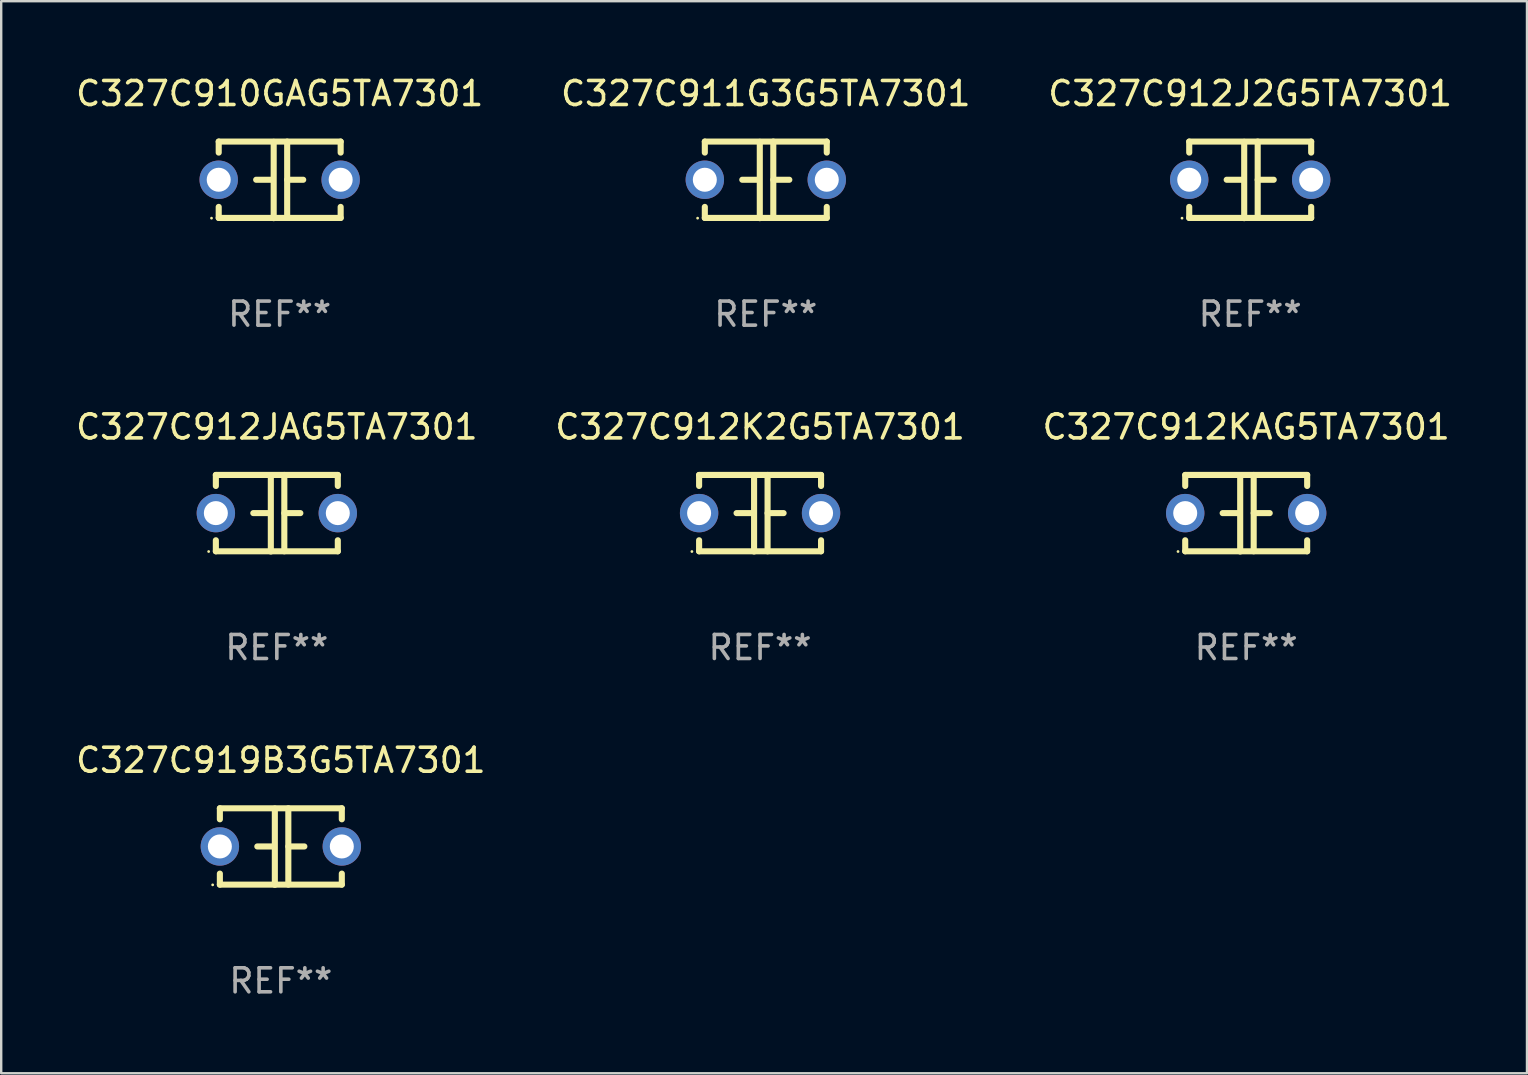
<source format=kicad_pcb>
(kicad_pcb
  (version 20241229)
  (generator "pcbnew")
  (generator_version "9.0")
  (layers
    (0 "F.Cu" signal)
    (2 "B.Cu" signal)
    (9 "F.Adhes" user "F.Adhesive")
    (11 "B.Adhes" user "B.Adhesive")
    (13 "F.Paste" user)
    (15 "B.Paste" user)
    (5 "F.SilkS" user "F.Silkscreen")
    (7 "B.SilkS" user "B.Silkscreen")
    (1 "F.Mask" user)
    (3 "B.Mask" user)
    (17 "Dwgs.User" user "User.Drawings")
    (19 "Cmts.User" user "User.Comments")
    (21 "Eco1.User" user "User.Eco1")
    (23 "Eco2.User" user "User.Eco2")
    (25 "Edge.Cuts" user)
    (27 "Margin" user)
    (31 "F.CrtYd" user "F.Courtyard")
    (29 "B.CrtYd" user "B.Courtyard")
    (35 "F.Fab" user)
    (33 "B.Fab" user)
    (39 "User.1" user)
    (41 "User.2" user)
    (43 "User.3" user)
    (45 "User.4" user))
  (footprint "C327C912JAG5TA7301"
    (layer "F.Cu")
    (at 8.482 18.33)
    (property "Reference" "C327C912JAG5TA7301" (at 0 -3.595 0) (layer "F.SilkS") (effects (font (size 1 1) (thickness 0.15))))
    (attr through_hole)
    (fp_line (start -2.54 -1.595) (end -2.54 -1.136) (stroke (width 0.254) (type solid)) (layer "F.SilkS"))
    (fp_line (start -2.54 -1.595) (end 2.54 -1.595) (stroke (width 0.254) (type solid)) (layer "F.SilkS"))
    (fp_line (start -2.54 1.126) (end -2.54 1.585) (stroke (width 0.254) (type solid)) (layer "F.SilkS"))
    (fp_line (start -0.312 -0.005) (end -0.98 -0.005) (stroke (width 0.254) (type solid)) (layer "F.SilkS"))
    (fp_line (start -0.25 -1.585) (end -0.25 1.595) (stroke (width 0.254) (type solid)) (layer "F.SilkS"))
    (fp_line (start 0.312 -1.595) (end 0.312 1.585) (stroke (width 0.254) (type solid)) (layer "F.SilkS"))
    (fp_line (start 0.312 -0.005) (end 0.98 -0.005) (stroke (width 0.254) (type solid)) (layer "F.SilkS"))
    (fp_line (start 2.54 -1.595) (end 2.54 -1.136) (stroke (width 0.254) (type solid)) (layer "F.SilkS"))
    (fp_line (start 2.54 1.126) (end 2.54 1.585) (stroke (width 0.254) (type solid)) (layer "F.SilkS"))
    (fp_line (start 2.54 1.585) (end -2.54 1.585) (stroke (width 0.254) (type solid)) (layer "F.SilkS"))
    (fp_circle (center -2.84 1.595) (end -2.81 1.595) (stroke (width 0.06) (type solid)) (fill no) (layer "F.SilkS"))
    (fp_text user "REF**" (at 0 5.595 0) (layer "F.Fab") (effects (font (size 1 1) (thickness 0.15))))
    (pad "1" thru_hole circle (at -2.54 -0.005) (size 1.6 1.6) (drill 1) (layers "*.Cu" "*.Mask"))
    (pad "2" thru_hole circle (at 2.54 -0.005) (size 1.6 1.6) (drill 1) (layers "*.Cu" "*.Mask")))
  (footprint "C327C911G3G5TA7301"
    (layer "F.Cu")
    (at 28.851 4.443)
    (property "Reference" "C327C911G3G5TA7301" (at 0 -3.595 0) (layer "F.SilkS") (effects (font (size 1 1) (thickness 0.15))))
    (attr through_hole)
    (fp_line (start -2.54 -1.595) (end -2.54 -1.136) (stroke (width 0.254) (type solid)) (layer "F.SilkS"))
    (fp_line (start -2.54 -1.595) (end 2.54 -1.595) (stroke (width 0.254) (type solid)) (layer "F.SilkS"))
    (fp_line (start -2.54 1.126) (end -2.54 1.585) (stroke (width 0.254) (type solid)) (layer "F.SilkS"))
    (fp_line (start -0.312 -0.005) (end -0.98 -0.005) (stroke (width 0.254) (type solid)) (layer "F.SilkS"))
    (fp_line (start -0.25 -1.585) (end -0.25 1.595) (stroke (width 0.254) (type solid)) (layer "F.SilkS"))
    (fp_line (start 0.312 -1.595) (end 0.312 1.585) (stroke (width 0.254) (type solid)) (layer "F.SilkS"))
    (fp_line (start 0.312 -0.005) (end 0.98 -0.005) (stroke (width 0.254) (type solid)) (layer "F.SilkS"))
    (fp_line (start 2.54 -1.595) (end 2.54 -1.136) (stroke (width 0.254) (type solid)) (layer "F.SilkS"))
    (fp_line (start 2.54 1.126) (end 2.54 1.585) (stroke (width 0.254) (type solid)) (layer "F.SilkS"))
    (fp_line (start 2.54 1.585) (end -2.54 1.585) (stroke (width 0.254) (type solid)) (layer "F.SilkS"))
    (fp_circle (center -2.84 1.595) (end -2.81 1.595) (stroke (width 0.06) (type solid)) (fill no) (layer "F.SilkS"))
    (fp_text user "REF**" (at 0 5.595 0) (layer "F.Fab") (effects (font (size 1 1) (thickness 0.15))))
    (pad "1" thru_hole circle (at -2.54 -0.005) (size 1.6 1.6) (drill 1) (layers "*.Cu" "*.Mask"))
    (pad "2" thru_hole circle (at 2.54 -0.005) (size 1.6 1.6) (drill 1) (layers "*.Cu" "*.Mask")))
  (footprint "C327C912J2G5TA7301"
    (layer "F.Cu")
    (at 49.03 4.443)
    (property "Reference" "C327C912J2G5TA7301" (at 0 -3.595 0) (layer "F.SilkS") (effects (font (size 1 1) (thickness 0.15))))
    (attr through_hole)
    (fp_line (start -2.54 -1.595) (end -2.54 -1.136) (stroke (width 0.254) (type solid)) (layer "F.SilkS"))
    (fp_line (start -2.54 -1.595) (end 2.54 -1.595) (stroke (width 0.254) (type solid)) (layer "F.SilkS"))
    (fp_line (start -2.54 1.126) (end -2.54 1.585) (stroke (width 0.254) (type solid)) (layer "F.SilkS"))
    (fp_line (start -0.312 -0.005) (end -0.98 -0.005) (stroke (width 0.254) (type solid)) (layer "F.SilkS"))
    (fp_line (start -0.25 -1.585) (end -0.25 1.595) (stroke (width 0.254) (type solid)) (layer "F.SilkS"))
    (fp_line (start 0.312 -1.595) (end 0.312 1.585) (stroke (width 0.254) (type solid)) (layer "F.SilkS"))
    (fp_line (start 0.312 -0.005) (end 0.98 -0.005) (stroke (width 0.254) (type solid)) (layer "F.SilkS"))
    (fp_line (start 2.54 -1.595) (end 2.54 -1.136) (stroke (width 0.254) (type solid)) (layer "F.SilkS"))
    (fp_line (start 2.54 1.126) (end 2.54 1.585) (stroke (width 0.254) (type solid)) (layer "F.SilkS"))
    (fp_line (start 2.54 1.585) (end -2.54 1.585) (stroke (width 0.254) (type solid)) (layer "F.SilkS"))
    (fp_circle (center -2.84 1.595) (end -2.81 1.595) (stroke (width 0.06) (type solid)) (fill no) (layer "F.SilkS"))
    (fp_text user "REF**" (at 0 5.595 0) (layer "F.Fab") (effects (font (size 1 1) (thickness 0.15))))
    (pad "1" thru_hole circle (at -2.54 -0.005) (size 1.6 1.6) (drill 1) (layers "*.Cu" "*.Mask"))
    (pad "2" thru_hole circle (at 2.54 -0.005) (size 1.6 1.6) (drill 1) (layers "*.Cu" "*.Mask")))
  (footprint "C327C912K2G5TA7301"
    (layer "F.Cu")
    (at 28.613 18.33)
    (property "Reference" "C327C912K2G5TA7301" (at 0 -3.595 0) (layer "F.SilkS") (effects (font (size 1 1) (thickness 0.15))))
    (attr through_hole)
    (fp_line (start -2.54 -1.595) (end -2.54 -1.136) (stroke (width 0.254) (type solid)) (layer "F.SilkS"))
    (fp_line (start -2.54 -1.595) (end 2.54 -1.595) (stroke (width 0.254) (type solid)) (layer "F.SilkS"))
    (fp_line (start -2.54 1.126) (end -2.54 1.585) (stroke (width 0.254) (type solid)) (layer "F.SilkS"))
    (fp_line (start -0.312 -0.005) (end -0.98 -0.005) (stroke (width 0.254) (type solid)) (layer "F.SilkS"))
    (fp_line (start -0.25 -1.585) (end -0.25 1.595) (stroke (width 0.254) (type solid)) (layer "F.SilkS"))
    (fp_line (start 0.312 -1.595) (end 0.312 1.585) (stroke (width 0.254) (type solid)) (layer "F.SilkS"))
    (fp_line (start 0.312 -0.005) (end 0.98 -0.005) (stroke (width 0.254) (type solid)) (layer "F.SilkS"))
    (fp_line (start 2.54 -1.595) (end 2.54 -1.136) (stroke (width 0.254) (type solid)) (layer "F.SilkS"))
    (fp_line (start 2.54 1.126) (end 2.54 1.585) (stroke (width 0.254) (type solid)) (layer "F.SilkS"))
    (fp_line (start 2.54 1.585) (end -2.54 1.585) (stroke (width 0.254) (type solid)) (layer "F.SilkS"))
    (fp_circle (center -2.84 1.595) (end -2.81 1.595) (stroke (width 0.06) (type solid)) (fill no) (layer "F.SilkS"))
    (fp_text user "REF**" (at 0 5.595 0) (layer "F.Fab") (effects (font (size 1 1) (thickness 0.15))))
    (pad "1" thru_hole circle (at -2.54 -0.005) (size 1.6 1.6) (drill 1) (layers "*.Cu" "*.Mask"))
    (pad "2" thru_hole circle (at 2.54 -0.005) (size 1.6 1.6) (drill 1) (layers "*.Cu" "*.Mask")))
  (footprint "C327C910GAG5TA7301"
    (layer "F.Cu")
    (at 8.601 4.443)
    (property "Reference" "C327C910GAG5TA7301" (at 0 -3.595 0) (layer "F.SilkS") (effects (font (size 1 1) (thickness 0.15))))
    (attr through_hole)
    (fp_line (start -2.54 -1.595) (end -2.54 -1.136) (stroke (width 0.254) (type solid)) (layer "F.SilkS"))
    (fp_line (start -2.54 -1.595) (end 2.54 -1.595) (stroke (width 0.254) (type solid)) (layer "F.SilkS"))
    (fp_line (start -2.54 1.126) (end -2.54 1.585) (stroke (width 0.254) (type solid)) (layer "F.SilkS"))
    (fp_line (start -0.312 -0.005) (end -0.98 -0.005) (stroke (width 0.254) (type solid)) (layer "F.SilkS"))
    (fp_line (start -0.25 -1.585) (end -0.25 1.595) (stroke (width 0.254) (type solid)) (layer "F.SilkS"))
    (fp_line (start 0.312 -1.595) (end 0.312 1.585) (stroke (width 0.254) (type solid)) (layer "F.SilkS"))
    (fp_line (start 0.312 -0.005) (end 0.98 -0.005) (stroke (width 0.254) (type solid)) (layer "F.SilkS"))
    (fp_line (start 2.54 -1.595) (end 2.54 -1.136) (stroke (width 0.254) (type solid)) (layer "F.SilkS"))
    (fp_line (start 2.54 1.126) (end 2.54 1.585) (stroke (width 0.254) (type solid)) (layer "F.SilkS"))
    (fp_line (start 2.54 1.585) (end -2.54 1.585) (stroke (width 0.254) (type solid)) (layer "F.SilkS"))
    (fp_circle (center -2.84 1.595) (end -2.81 1.595) (stroke (width 0.06) (type solid)) (fill no) (layer "F.SilkS"))
    (fp_text user "REF**" (at 0 5.595 0) (layer "F.Fab") (effects (font (size 1 1) (thickness 0.15))))
    (pad "1" thru_hole circle (at -2.54 -0.005) (size 1.6 1.6) (drill 1) (layers "*.Cu" "*.Mask"))
    (pad "2" thru_hole circle (at 2.54 -0.005) (size 1.6 1.6) (drill 1) (layers "*.Cu" "*.Mask")))
  (footprint "C327C912KAG5TA7301"
    (layer "F.Cu")
    (at 48.863 18.33)
    (property "Reference" "C327C912KAG5TA7301" (at 0 -3.595 0) (layer "F.SilkS") (effects (font (size 1 1) (thickness 0.15))))
    (attr through_hole)
    (fp_line (start -2.54 -1.595) (end -2.54 -1.136) (stroke (width 0.254) (type solid)) (layer "F.SilkS"))
    (fp_line (start -2.54 -1.595) (end 2.54 -1.595) (stroke (width 0.254) (type solid)) (layer "F.SilkS"))
    (fp_line (start -2.54 1.126) (end -2.54 1.585) (stroke (width 0.254) (type solid)) (layer "F.SilkS"))
    (fp_line (start -0.312 -0.005) (end -0.98 -0.005) (stroke (width 0.254) (type solid)) (layer "F.SilkS"))
    (fp_line (start -0.25 -1.585) (end -0.25 1.595) (stroke (width 0.254) (type solid)) (layer "F.SilkS"))
    (fp_line (start 0.312 -1.595) (end 0.312 1.585) (stroke (width 0.254) (type solid)) (layer "F.SilkS"))
    (fp_line (start 0.312 -0.005) (end 0.98 -0.005) (stroke (width 0.254) (type solid)) (layer "F.SilkS"))
    (fp_line (start 2.54 -1.595) (end 2.54 -1.136) (stroke (width 0.254) (type solid)) (layer "F.SilkS"))
    (fp_line (start 2.54 1.126) (end 2.54 1.585) (stroke (width 0.254) (type solid)) (layer "F.SilkS"))
    (fp_line (start 2.54 1.585) (end -2.54 1.585) (stroke (width 0.254) (type solid)) (layer "F.SilkS"))
    (fp_circle (center -2.84 1.595) (end -2.81 1.595) (stroke (width 0.06) (type solid)) (fill no) (layer "F.SilkS"))
    (fp_text user "REF**" (at 0 5.595 0) (layer "F.Fab") (effects (font (size 1 1) (thickness 0.15))))
    (pad "1" thru_hole circle (at -2.54 -0.005) (size 1.6 1.6) (drill 1) (layers "*.Cu" "*.Mask"))
    (pad "2" thru_hole circle (at 2.54 -0.005) (size 1.6 1.6) (drill 1) (layers "*.Cu" "*.Mask")))
  (footprint "C327C919B3G5TA7301"
    (layer "F.Cu")
    (at 8.649 32.216)
    (property "Reference" "C327C919B3G5TA7301" (at 0 -3.595 0) (layer "F.SilkS") (effects (font (size 1 1) (thickness 0.15))))
    (attr through_hole)
    (fp_line (start -2.54 -1.595) (end -2.54 -1.136) (stroke (width 0.254) (type solid)) (layer "F.SilkS"))
    (fp_line (start -2.54 -1.595) (end 2.54 -1.595) (stroke (width 0.254) (type solid)) (layer "F.SilkS"))
    (fp_line (start -2.54 1.126) (end -2.54 1.585) (stroke (width 0.254) (type solid)) (layer "F.SilkS"))
    (fp_line (start -0.312 -0.005) (end -0.98 -0.005) (stroke (width 0.254) (type solid)) (layer "F.SilkS"))
    (fp_line (start -0.25 -1.585) (end -0.25 1.595) (stroke (width 0.254) (type solid)) (layer "F.SilkS"))
    (fp_line (start 0.312 -1.595) (end 0.312 1.585) (stroke (width 0.254) (type solid)) (layer "F.SilkS"))
    (fp_line (start 0.312 -0.005) (end 0.98 -0.005) (stroke (width 0.254) (type solid)) (layer "F.SilkS"))
    (fp_line (start 2.54 -1.595) (end 2.54 -1.136) (stroke (width 0.254) (type solid)) (layer "F.SilkS"))
    (fp_line (start 2.54 1.126) (end 2.54 1.585) (stroke (width 0.254) (type solid)) (layer "F.SilkS"))
    (fp_line (start 2.54 1.585) (end -2.54 1.585) (stroke (width 0.254) (type solid)) (layer "F.SilkS"))
    (fp_circle (center -2.84 1.595) (end -2.81 1.595) (stroke (width 0.06) (type solid)) (fill no) (layer "F.SilkS"))
    (fp_text user "REF**" (at 0 5.595 0) (layer "F.Fab") (effects (font (size 1 1) (thickness 0.15))))
    (pad "1" thru_hole circle (at -2.54 -0.005) (size 1.6 1.6) (drill 1) (layers "*.Cu" "*.Mask"))
    (pad "2" thru_hole circle (at 2.54 -0.005) (size 1.6 1.6) (drill 1) (layers "*.Cu" "*.Mask")))
  (gr_rect
    (start -3 -3)
    (end 60.56 41.659)
    (stroke (width 0.1) (type default))
    (fill no)
    (layer "Edge.Cuts")))
</source>
